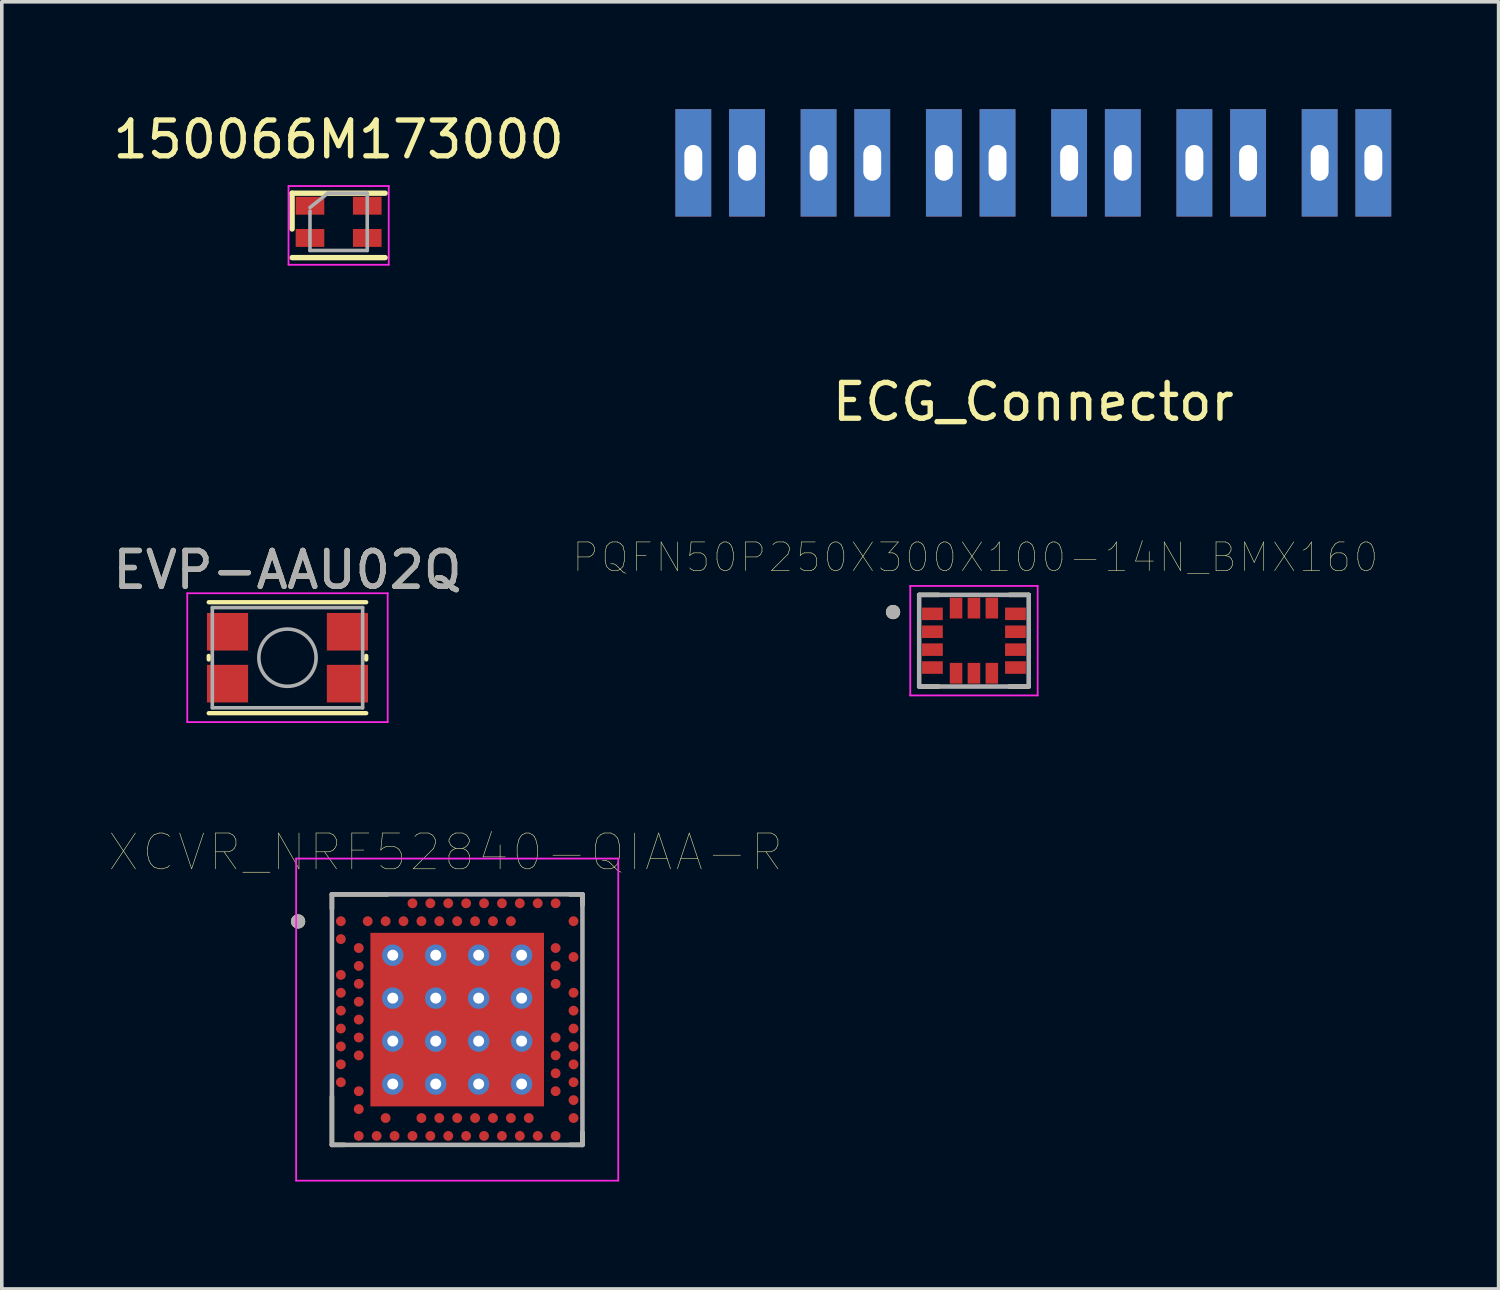
<source format=kicad_pcb>
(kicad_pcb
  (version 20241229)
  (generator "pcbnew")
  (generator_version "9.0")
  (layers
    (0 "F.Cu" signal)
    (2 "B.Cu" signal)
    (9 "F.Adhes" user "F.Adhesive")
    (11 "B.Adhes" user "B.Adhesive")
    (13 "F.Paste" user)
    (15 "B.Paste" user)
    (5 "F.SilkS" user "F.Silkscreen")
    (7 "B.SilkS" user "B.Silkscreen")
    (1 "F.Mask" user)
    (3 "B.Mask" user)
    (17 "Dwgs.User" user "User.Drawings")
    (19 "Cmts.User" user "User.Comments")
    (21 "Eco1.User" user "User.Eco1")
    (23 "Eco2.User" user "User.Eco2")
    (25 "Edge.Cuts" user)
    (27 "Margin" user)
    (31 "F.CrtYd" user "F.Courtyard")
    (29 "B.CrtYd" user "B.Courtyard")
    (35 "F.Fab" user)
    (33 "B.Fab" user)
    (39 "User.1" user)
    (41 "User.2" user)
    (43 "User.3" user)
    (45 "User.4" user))
  (footprint "PQFN50P250X300X100-14N_BMX160"
    (layer "F.Cu")
    (at 24.162 14.851)
    (property "Reference" "PQFN50P250X300X100-14N_BMX160" (at 0.04 -2.328 0) (layer "F.SilkS") (effects (font (size 0.8 0.8) (thickness 0.015))))
    (attr through_hole)
    (fp_line (start -1.53 -1.28) (end -0.99 -1.28) (stroke (width 0.127) (type solid)) (layer "F.SilkS"))
    (fp_line (start -1.53 1.28) (end -0.99 1.28) (stroke (width 0.127) (type solid)) (layer "F.SilkS"))
    (fp_line (start 1.53 -1.28) (end 0.99 -1.28) (stroke (width 0.127) (type solid)) (layer "F.SilkS"))
    (fp_line (start 1.53 1.28) (end 0.99 1.28) (stroke (width 0.127) (type solid)) (layer "F.SilkS"))
    (fp_circle (center -2.26 -0.8) (end -2.16 -0.8) (stroke (width 0.2) (type solid)) (fill no) (layer "F.SilkS"))
    (fp_line (start -1.78 -1.53) (end 1.78 -1.53) (stroke (width 0.05) (type solid)) (layer "F.CrtYd"))
    (fp_line (start -1.78 1.53) (end -1.78 -1.53) (stroke (width 0.05) (type solid)) (layer "F.CrtYd"))
    (fp_line (start 1.78 -1.53) (end 1.78 1.53) (stroke (width 0.05) (type solid)) (layer "F.CrtYd"))
    (fp_line (start 1.78 1.53) (end -1.78 1.53) (stroke (width 0.05) (type solid)) (layer "F.CrtYd"))
    (fp_line (start -1.53 -1.28) (end -1.53 1.28) (stroke (width 0.127) (type solid)) (layer "F.Fab"))
    (fp_line (start -1.53 1.28) (end 1.53 1.28) (stroke (width 0.127) (type solid)) (layer "F.Fab"))
    (fp_line (start 1.53 -1.28) (end -1.53 -1.28) (stroke (width 0.127) (type solid)) (layer "F.Fab"))
    (fp_line (start 1.53 1.28) (end 1.53 -1.28) (stroke (width 0.127) (type solid)) (layer "F.Fab"))
    (fp_circle (center -2.26 -0.8) (end -2.16 -0.8) (stroke (width 0.2) (type solid)) (fill no) (layer "F.Fab"))
    (pad "1" smd rect (at -1.16 -0.75) (size 0.58 0.35) (layers "F.Cu" "F.Mask" "F.Paste"))
    (pad "2" smd rect (at -1.16 -0.25) (size 0.58 0.35) (layers "F.Cu" "F.Mask" "F.Paste"))
    (pad "3" smd rect (at -1.16 0.25) (size 0.58 0.35) (layers "F.Cu" "F.Mask" "F.Paste"))
    (pad "4" smd rect (at -1.16 0.75) (size 0.58 0.35) (layers "F.Cu" "F.Mask" "F.Paste"))
    (pad "5" smd rect (at -0.5 0.91) (size 0.35 0.58) (layers "F.Cu" "F.Mask" "F.Paste"))
    (pad "6" smd rect (at 0 0.91) (size 0.35 0.58) (layers "F.Cu" "F.Mask" "F.Paste"))
    (pad "7" smd rect (at 0.5 0.91) (size 0.35 0.58) (layers "F.Cu" "F.Mask" "F.Paste"))
    (pad "8" smd rect (at 1.16 0.75) (size 0.58 0.35) (layers "F.Cu" "F.Mask" "F.Paste"))
    (pad "9" smd rect (at 1.16 0.25) (size 0.58 0.35) (layers "F.Cu" "F.Mask" "F.Paste"))
    (pad "10" smd rect (at 1.16 -0.25) (size 0.58 0.35) (layers "F.Cu" "F.Mask" "F.Paste"))
    (pad "11" smd rect (at 1.16 -0.75) (size 0.58 0.35) (layers "F.Cu" "F.Mask" "F.Paste"))
    (pad "12" smd rect (at 0.5 -0.91) (size 0.35 0.58) (layers "F.Cu" "F.Mask" "F.Paste"))
    (pad "13" smd rect (at 0 -0.91) (size 0.35 0.58) (layers "F.Cu" "F.Mask" "F.Paste"))
    (pad "14" smd rect (at -0.5 -0.91) (size 0.35 0.58) (layers "F.Cu" "F.Mask" "F.Paste")))
  (footprint "XCVR_NRF52840-QIAA-R"
    (layer "F.Cu")
    (at 9.724 25.438)
    (property "Reference" "XCVR_NRF52840-QIAA-R" (at -0.325 -4.675 0) (layer "F.SilkS") (effects (font (size 1 1) (thickness 0.015))))
    (attr through_hole)
    (fp_line (start -3.5 -3.5) (end -1.95 -3.5) (stroke (width 0.127) (type solid)) (layer "F.SilkS"))
    (fp_line (start -3.5 -3.1) (end -3.5 -3.5) (stroke (width 0.127) (type solid)) (layer "F.SilkS"))
    (fp_line (start -3.5 3.5) (end -3.5 2.15) (stroke (width 0.127) (type solid)) (layer "F.SilkS"))
    (fp_line (start -3.15 3.5) (end -3.5 3.5) (stroke (width 0.127) (type solid)) (layer "F.SilkS"))
    (fp_line (start 3.15 -3.5) (end 3.5 -3.5) (stroke (width 0.127) (type solid)) (layer "F.SilkS"))
    (fp_line (start 3.5 -3.5) (end 3.5 -3.2) (stroke (width 0.127) (type solid)) (layer "F.SilkS"))
    (fp_line (start 3.5 3.15) (end 3.5 3.5) (stroke (width 0.127) (type solid)) (layer "F.SilkS"))
    (fp_line (start 3.5 3.5) (end 3.15 3.5) (stroke (width 0.127) (type solid)) (layer "F.SilkS"))
    (fp_circle (center -4.445 -2.743) (end -4.345 -2.743) (stroke (width 0.2) (type solid)) (fill no) (layer "F.SilkS"))
    (fp_poly (pts (xy -2.075 -2.075) (xy -0.355 -2.075) (xy -0.355 -0.355) (xy -2.075 -0.355)) (stroke (width 0.01) (type solid)) (fill yes) (layer "F.Paste"))
    (fp_poly (pts (xy -2.075 0.355) (xy -0.355 0.355) (xy -0.355 2.075) (xy -2.075 2.075)) (stroke (width 0.01) (type solid)) (fill yes) (layer "F.Paste"))
    (fp_poly (pts (xy 0.355 -2.075) (xy 2.075 -2.075) (xy 2.075 -0.355) (xy 0.355 -0.355)) (stroke (width 0.01) (type solid)) (fill yes) (layer "F.Paste"))
    (fp_poly (pts (xy 0.355 0.355) (xy 2.075 0.355) (xy 2.075 2.075) (xy 0.355 2.075)) (stroke (width 0.01) (type solid)) (fill yes) (layer "F.Paste"))
    (fp_line (start -4.5 -4.5) (end -4.5 4.5) (stroke (width 0.05) (type solid)) (layer "F.CrtYd"))
    (fp_line (start -4.5 4.5) (end 4.5 4.5) (stroke (width 0.05) (type solid)) (layer "F.CrtYd"))
    (fp_line (start 4.5 -4.5) (end -4.5 -4.5) (stroke (width 0.05) (type solid)) (layer "F.CrtYd"))
    (fp_line (start 4.5 4.5) (end 4.5 -4.5) (stroke (width 0.05) (type solid)) (layer "F.CrtYd"))
    (fp_line (start -3.5 -3.5) (end 3.5 -3.5) (stroke (width 0.127) (type solid)) (layer "F.Fab"))
    (fp_line (start -3.5 3.5) (end -3.5 -3.5) (stroke (width 0.127) (type solid)) (layer "F.Fab"))
    (fp_line (start 3.5 -3.5) (end 3.5 3.5) (stroke (width 0.127) (type solid)) (layer "F.Fab"))
    (fp_line (start 3.5 3.5) (end -3.5 3.5) (stroke (width 0.127) (type solid)) (layer "F.Fab"))
    (fp_circle (center -4.445 -2.743) (end -4.345 -2.743) (stroke (width 0.2) (type solid)) (fill no) (layer "F.Fab"))
    (pad "74" thru_hole circle (at -1.8 -1.8) (size 0.6 0.6) (drill 0.305) (layers "*.Cu" "*.Mask"))
    (pad "74" thru_hole circle (at -1.8 -0.6) (size 0.6 0.6) (drill 0.305) (layers "*.Cu" "*.Mask"))
    (pad "74" thru_hole circle (at -1.8 0.6) (size 0.6 0.6) (drill 0.305) (layers "*.Cu" "*.Mask"))
    (pad "74" thru_hole circle (at -1.8 1.8) (size 0.6 0.6) (drill 0.305) (layers "*.Cu" "*.Mask"))
    (pad "74" thru_hole circle (at -0.6 -1.8) (size 0.6 0.6) (drill 0.305) (layers "*.Cu" "*.Mask"))
    (pad "74" thru_hole circle (at -0.6 -0.6) (size 0.6 0.6) (drill 0.305) (layers "*.Cu" "*.Mask"))
    (pad "74" thru_hole circle (at -0.6 0.6) (size 0.6 0.6) (drill 0.305) (layers "*.Cu" "*.Mask"))
    (pad "74" thru_hole circle (at -0.6 1.8) (size 0.6 0.6) (drill 0.305) (layers "*.Cu" "*.Mask"))
    (pad "74" smd rect (at 0 0) (size 4.85 4.85) (layers "F.Cu" "F.Mask"))
    (pad "74" thru_hole circle (at 0.6 -1.8) (size 0.6 0.6) (drill 0.305) (layers "*.Cu" "*.Mask"))
    (pad "74" thru_hole circle (at 0.6 -0.6) (size 0.6 0.6) (drill 0.305) (layers "*.Cu" "*.Mask"))
    (pad "74" thru_hole circle (at 0.6 0.6) (size 0.6 0.6) (drill 0.305) (layers "*.Cu" "*.Mask"))
    (pad "74" thru_hole circle (at 0.6 1.8) (size 0.6 0.6) (drill 0.305) (layers "*.Cu" "*.Mask"))
    (pad "74" thru_hole circle (at 1.8 -1.8) (size 0.6 0.6) (drill 0.305) (layers "*.Cu" "*.Mask"))
    (pad "74" thru_hole circle (at 1.8 -0.6) (size 0.6 0.6) (drill 0.305) (layers "*.Cu" "*.Mask"))
    (pad "74" thru_hole circle (at 1.8 0.6) (size 0.6 0.6) (drill 0.305) (layers "*.Cu" "*.Mask"))
    (pad "74" thru_hole circle (at 1.8 1.8) (size 0.6 0.6) (drill 0.305) (layers "*.Cu" "*.Mask"))
    (pad "A8" smd circle (at -1.25 -3.25) (size 0.275 0.275) (layers "F.Cu" "F.Mask" "F.Paste"))
    (pad "A10" smd circle (at -0.75 -3.25) (size 0.275 0.275) (layers "F.Cu" "F.Mask" "F.Paste"))
    (pad "A12" smd circle (at -0.25 -3.25) (size 0.275 0.275) (layers "F.Cu" "F.Mask" "F.Paste"))
    (pad "A14" smd circle (at 0.25 -3.25) (size 0.275 0.275) (layers "F.Cu" "F.Mask" "F.Paste"))
    (pad "A16" smd circle (at 0.75 -3.25) (size 0.275 0.275) (layers "F.Cu" "F.Mask" "F.Paste"))
    (pad "A18" smd circle (at 1.25 -3.25) (size 0.275 0.275) (layers "F.Cu" "F.Mask" "F.Paste"))
    (pad "A20" smd circle (at 1.75 -3.25) (size 0.275 0.275) (layers "F.Cu" "F.Mask" "F.Paste"))
    (pad "A22" smd circle (at 2.25 -3.25) (size 0.275 0.275) (layers "F.Cu" "F.Mask" "F.Paste"))
    (pad "A23" smd circle (at 2.75 -3.25) (size 0.275 0.275) (layers "F.Cu" "F.Mask" "F.Paste"))
    (pad "AA24" smd circle (at 3.25 2.25) (size 0.275 0.275) (layers "F.Cu" "F.Mask" "F.Paste"))
    (pad "AB2" smd circle (at -2.75 2.5) (size 0.275 0.275) (layers "F.Cu" "F.Mask" "F.Paste"))
    (pad "AC5" smd circle (at -2 2.75) (size 0.275 0.275) (layers "F.Cu" "F.Mask" "F.Paste"))
    (pad "AC9" smd circle (at -1 2.75) (size 0.275 0.275) (layers "F.Cu" "F.Mask" "F.Paste"))
    (pad "AC11" smd circle (at -0.5 2.75) (size 0.275 0.275) (layers "F.Cu" "F.Mask" "F.Paste"))
    (pad "AC13" smd circle (at 0 2.75) (size 0.275 0.275) (layers "F.Cu" "F.Mask" "F.Paste"))
    (pad "AC15" smd circle (at 0.5 2.75) (size 0.275 0.275) (layers "F.Cu" "F.Mask" "F.Paste"))
    (pad "AC17" smd circle (at 1 2.75) (size 0.275 0.275) (layers "F.Cu" "F.Mask" "F.Paste"))
    (pad "AC19" smd circle (at 1.5 2.75) (size 0.275 0.275) (layers "F.Cu" "F.Mask" "F.Paste"))
    (pad "AC21" smd circle (at 2 2.75) (size 0.275 0.275) (layers "F.Cu" "F.Mask" "F.Paste"))
    (pad "AC24" smd circle (at 3.25 2.75) (size 0.275 0.275) (layers "F.Cu" "F.Mask" "F.Paste"))
    (pad "AD2" smd circle (at -2.75 3.25) (size 0.275 0.275) (layers "F.Cu" "F.Mask" "F.Paste"))
    (pad "AD4" smd circle (at -2.25 3.25) (size 0.275 0.275) (layers "F.Cu" "F.Mask" "F.Paste"))
    (pad "AD6" smd circle (at -1.75 3.25) (size 0.275 0.275) (layers "F.Cu" "F.Mask" "F.Paste"))
    (pad "AD8" smd circle (at -1.25 3.25) (size 0.275 0.275) (layers "F.Cu" "F.Mask" "F.Paste"))
    (pad "AD10" smd circle (at -0.75 3.25) (size 0.275 0.275) (layers "F.Cu" "F.Mask" "F.Paste"))
    (pad "AD12" smd circle (at -0.25 3.25) (size 0.275 0.275) (layers "F.Cu" "F.Mask" "F.Paste"))
    (pad "AD14" smd circle (at 0.25 3.25) (size 0.275 0.275) (layers "F.Cu" "F.Mask" "F.Paste"))
    (pad "AD16" smd circle (at 0.75 3.25) (size 0.275 0.275) (layers "F.Cu" "F.Mask" "F.Paste"))
    (pad "AD18" smd circle (at 1.25 3.25) (size 0.275 0.275) (layers "F.Cu" "F.Mask" "F.Paste"))
    (pad "AD20" smd circle (at 1.75 3.25) (size 0.275 0.275) (layers "F.Cu" "F.Mask" "F.Paste"))
    (pad "AD22" smd circle (at 2.25 3.25) (size 0.275 0.275) (layers "F.Cu" "F.Mask" "F.Paste"))
    (pad "AD23" smd circle (at 2.75 3.25) (size 0.275 0.275) (layers "F.Cu" "F.Mask" "F.Paste"))
    (pad "B1" smd circle (at -3.25 -2.75) (size 0.275 0.275) (layers "F.Cu" "F.Mask" "F.Paste"))
    (pad "B3" smd circle (at -2.5 -2.75) (size 0.275 0.275) (layers "F.Cu" "F.Mask" "F.Paste"))
    (pad "B5" smd circle (at -2 -2.75) (size 0.275 0.275) (layers "F.Cu" "F.Mask" "F.Paste"))
    (pad "B7" smd circle (at -1.5 -2.75) (size 0.275 0.275) (layers "F.Cu" "F.Mask" "F.Paste"))
    (pad "B9" smd circle (at -1 -2.75) (size 0.275 0.275) (layers "F.Cu" "F.Mask" "F.Paste"))
    (pad "B11" smd circle (at -0.5 -2.75) (size 0.275 0.275) (layers "F.Cu" "F.Mask" "F.Paste"))
    (pad "B13" smd circle (at 0 -2.75) (size 0.275 0.275) (layers "F.Cu" "F.Mask" "F.Paste"))
    (pad "B15" smd circle (at 0.5 -2.75) (size 0.275 0.275) (layers "F.Cu" "F.Mask" "F.Paste"))
    (pad "B17" smd circle (at 1 -2.75) (size 0.275 0.275) (layers "F.Cu" "F.Mask" "F.Paste"))
    (pad "B19" smd circle (at 1.5 -2.75) (size 0.275 0.275) (layers "F.Cu" "F.Mask" "F.Paste"))
    (pad "B24" smd circle (at 3.25 -2.75) (size 0.275 0.275) (layers "F.Cu" "F.Mask" "F.Paste"))
    (pad "C1" smd circle (at -3.25 -2.25) (size 0.275 0.275) (layers "F.Cu" "F.Mask" "F.Paste"))
    (pad "D2" smd circle (at -2.75 -2) (size 0.275 0.275) (layers "F.Cu" "F.Mask" "F.Paste"))
    (pad "D23" smd circle (at 2.75 -2) (size 0.275 0.275) (layers "F.Cu" "F.Mask" "F.Paste"))
    (pad "E24" smd circle (at 3.25 -1.75) (size 0.275 0.275) (layers "F.Cu" "F.Mask" "F.Paste"))
    (pad "F2" smd circle (at -2.75 -1.5) (size 0.275 0.275) (layers "F.Cu" "F.Mask" "F.Paste"))
    (pad "F23" smd circle (at 2.75 -1.5) (size 0.275 0.275) (layers "F.Cu" "F.Mask" "F.Paste"))
    (pad "G1" smd circle (at -3.25 -1.25) (size 0.275 0.275) (layers "F.Cu" "F.Mask" "F.Paste"))
    (pad "H2" smd circle (at -2.75 -1) (size 0.275 0.275) (layers "F.Cu" "F.Mask" "F.Paste"))
    (pad "H23" smd circle (at 2.75 -1) (size 0.275 0.275) (layers "F.Cu" "F.Mask" "F.Paste"))
    (pad "J1" smd circle (at -3.25 -0.75) (size 0.275 0.275) (layers "F.Cu" "F.Mask" "F.Paste"))
    (pad "J24" smd circle (at 3.25 -0.75) (size 0.275 0.275) (layers "F.Cu" "F.Mask" "F.Paste"))
    (pad "K2" smd circle (at -2.75 -0.5) (size 0.275 0.275) (layers "F.Cu" "F.Mask" "F.Paste"))
    (pad "L1" smd circle (at -3.25 -0.25) (size 0.275 0.275) (layers "F.Cu" "F.Mask" "F.Paste"))
    (pad "L24" smd circle (at 3.25 -0.25) (size 0.275 0.275) (layers "F.Cu" "F.Mask" "F.Paste"))
    (pad "M2" smd circle (at -2.75 0) (size 0.275 0.275) (layers "F.Cu" "F.Mask" "F.Paste"))
    (pad "N1" smd circle (at -3.25 0.25) (size 0.275 0.275) (layers "F.Cu" "F.Mask" "F.Paste"))
    (pad "N24" smd circle (at 3.25 0.25) (size 0.275 0.275) (layers "F.Cu" "F.Mask" "F.Paste"))
    (pad "P2" smd circle (at -2.75 0.5) (size 0.275 0.275) (layers "F.Cu" "F.Mask" "F.Paste"))
    (pad "P23" smd circle (at 2.75 0.5) (size 0.275 0.275) (layers "F.Cu" "F.Mask" "F.Paste"))
    (pad "R1" smd circle (at -3.25 0.75) (size 0.275 0.275) (layers "F.Cu" "F.Mask" "F.Paste"))
    (pad "R24" smd circle (at 3.25 0.75) (size 0.275 0.275) (layers "F.Cu" "F.Mask" "F.Paste"))
    (pad "T2" smd circle (at -2.75 1) (size 0.275 0.275) (layers "F.Cu" "F.Mask" "F.Paste"))
    (pad "T23" smd circle (at 2.75 1) (size 0.275 0.275) (layers "F.Cu" "F.Mask" "F.Paste"))
    (pad "U1" smd circle (at -3.25 1.25) (size 0.275 0.275) (layers "F.Cu" "F.Mask" "F.Paste"))
    (pad "U24" smd circle (at 3.25 1.25) (size 0.275 0.275) (layers "F.Cu" "F.Mask" "F.Paste"))
    (pad "V23" smd circle (at 2.75 1.5) (size 0.275 0.275) (layers "F.Cu" "F.Mask" "F.Paste"))
    (pad "W1" smd circle (at -3.25 1.75) (size 0.275 0.275) (layers "F.Cu" "F.Mask" "F.Paste"))
    (pad "W24" smd circle (at 3.25 1.75) (size 0.275 0.275) (layers "F.Cu" "F.Mask" "F.Paste"))
    (pad "Y2" smd circle (at -2.75 2) (size 0.275 0.275) (layers "F.Cu" "F.Mask" "F.Paste"))
    (pad "Y23" smd circle (at 2.75 2) (size 0.275 0.275) (layers "F.Cu" "F.Mask" "F.Paste")))
  (footprint "EVP-AAU02Q"
    (layer "F.Cu")
    (at 4.982 15.326)
    (property "Reference" "EVP-AAU02Q" (at 0 -2.45 0) (layer "F.SilkS") (effects (font (size 1 1) (thickness 0.15))))
    (attr smd)
    (fp_line (start -2.2 0.05) (end -2.2 -0.05) (stroke (width 0.12) (type solid)) (layer "F.SilkS"))
    (fp_line (start -2.2 1.55) (end 2.2 1.55) (stroke (width 0.12) (type solid)) (layer "F.SilkS"))
    (fp_line (start 2.2 -1.55) (end -2.2 -1.55) (stroke (width 0.12) (type solid)) (layer "F.SilkS"))
    (fp_line (start 2.2 0.05) (end 2.2 -0.05) (stroke (width 0.12) (type solid)) (layer "F.SilkS"))
    (fp_line (start -2.8 -1.8) (end 2.8 -1.8) (stroke (width 0.05) (type solid)) (layer "F.CrtYd"))
    (fp_line (start -2.8 1.8) (end -2.8 -1.8) (stroke (width 0.05) (type solid)) (layer "F.CrtYd"))
    (fp_line (start 2.8 -1.8) (end 2.8 1.8) (stroke (width 0.05) (type solid)) (layer "F.CrtYd"))
    (fp_line (start 2.8 1.8) (end -2.8 1.8) (stroke (width 0.05) (type solid)) (layer "F.CrtYd"))
    (fp_line (start -2.1 -1.4) (end 2.1 -1.4) (stroke (width 0.1) (type solid)) (layer "F.Fab"))
    (fp_line (start -2.1 1.4) (end -2.1 -1.4) (stroke (width 0.1) (type solid)) (layer "F.Fab"))
    (fp_line (start 2.1 -1.4) (end 2.1 1.4) (stroke (width 0.1) (type solid)) (layer "F.Fab"))
    (fp_line (start 2.1 1.4) (end -2.1 1.4) (stroke (width 0.1) (type solid)) (layer "F.Fab"))
    (fp_circle (center 0 0) (end 0 0.8) (stroke (width 0.1) (type solid)) (fill no) (layer "F.Fab"))
    (fp_text user "${REFERENCE}" (at 0 -2.45 0) (layer "F.Fab") (effects (font (size 1 1) (thickness 0.15))))
    (pad "1" smd rect (at -1.675 -0.725) (size 1.15 1.05) (layers "F.Cu" "F.Mask" "F.Paste"))
    (pad "1" smd rect (at 1.675 -0.725) (size 1.15 1.05) (layers "F.Cu" "F.Mask" "F.Paste"))
    (pad "2" smd rect (at -1.675 0.725) (size 1.15 1.05) (layers "F.Cu" "F.Mask" "F.Paste"))
    (pad "2" smd rect (at 1.675 0.725) (size 1.15 1.05) (layers "F.Cu" "F.Mask" "F.Paste")))
  (footprint "ECG_Connector"
    (layer "F.Cu")
    (at 25.821 1.5)
    (property "Reference" "ECG_Connector" (at 0 6.68 0) (layer "F.SilkS") (effects (font (size 1 1) (thickness 0.15))))
    (attr through_hole)
    (pad "1" thru_hole rect (at -9.5 0) (size 1 3) (drill oval 0.5 1) (layers "*.Cu" "*.Mask"))
    (pad "2" thru_hole rect (at -8 0) (size 1 3) (drill oval 0.5 1) (layers "*.Cu" "*.Mask"))
    (pad "3" thru_hole rect (at -6 0) (size 1 3) (drill oval 0.5 1) (layers "*.Cu" "*.Mask"))
    (pad "4" thru_hole rect (at -4.5 0) (size 1 3) (drill oval 0.5 1) (layers "*.Cu" "*.Mask"))
    (pad "5" thru_hole rect (at -2.5 0) (size 1 3) (drill oval 0.5 1) (layers "*.Cu" "*.Mask"))
    (pad "6" thru_hole rect (at -1 0) (size 1 3) (drill oval 0.5 1) (layers "*.Cu" "*.Mask"))
    (pad "7" thru_hole rect (at 1 0) (size 1 3) (drill oval 0.5 1) (layers "*.Cu" "*.Mask"))
    (pad "8" thru_hole rect (at 2.5 0) (size 1 3) (drill oval 0.5 1) (layers "*.Cu" "*.Mask"))
    (pad "9" thru_hole rect (at 4.5 0) (size 1 3) (drill oval 0.5 1) (layers "*.Cu" "*.Mask"))
    (pad "10" thru_hole rect (at 6 0) (size 1 3) (drill oval 0.5 1) (layers "*.Cu" "*.Mask"))
    (pad "11" thru_hole rect (at 8 0) (size 1 3) (drill oval 0.5 1) (layers "*.Cu" "*.Mask"))
    (pad "12" thru_hole rect (at 9.5 0) (size 1 3) (drill oval 0.5 1) (layers "*.Cu" "*.Mask")))
  (footprint "150066M173000"
    (layer "F.Cu")
    (at 6.411 3.148)
    (property "Reference" "150066M173000" (at 0 -2.3 0) (layer "F.SilkS") (effects (font (size 1 1) (thickness 0.15))))
    (attr smd)
    (fp_line (start -1.3 0.2) (end -1.3 -0.8) (stroke (width 0.15) (type solid)) (layer "F.SilkS"))
    (fp_line (start 1.3 -0.8) (end -1.3 -0.8) (stroke (width 0.15) (type solid)) (layer "F.SilkS"))
    (fp_line (start 1.3 1) (end -1.3 1) (stroke (width 0.15) (type solid)) (layer "F.SilkS"))
    (fp_line (start -1.4 -1) (end -1.4 1.2) (stroke (width 0.05) (type solid)) (layer "F.CrtYd"))
    (fp_line (start -1.4 1.2) (end 1.4 1.2) (stroke (width 0.05) (type solid)) (layer "F.CrtYd"))
    (fp_line (start 1.4 -1) (end -1.4 -1) (stroke (width 0.05) (type solid)) (layer "F.CrtYd"))
    (fp_line (start 1.4 1.2) (end 1.4 -1) (stroke (width 0.05) (type solid)) (layer "F.CrtYd"))
    (fp_line (start -0.8 -0.4) (end -0.3 -0.8) (stroke (width 0.1) (type solid)) (layer "F.Fab"))
    (fp_line (start -0.8 0.8) (end -0.8 -0.3) (stroke (width 0.1) (type solid)) (layer "F.Fab"))
    (fp_line (start -0.3 -0.8) (end 0.8 -0.8) (stroke (width 0.1) (type solid)) (layer "F.Fab"))
    (fp_line (start 0.8 -0.8) (end 0.8 0.8) (stroke (width 0.1) (type solid)) (layer "F.Fab"))
    (fp_line (start 0.8 0.8) (end -0.8 0.8) (stroke (width 0.1) (type solid)) (layer "F.Fab"))
    (pad "1" smd rect (at -0.8 -0.45 180) (size 0.8 0.5) (layers "F.Cu" "F.Mask" "F.Paste"))
    (pad "2" smd rect (at -0.8 0.45 180) (size 0.8 0.5) (layers "F.Cu" "F.Mask" "F.Paste"))
    (pad "3" smd rect (at 0.8 0.45 180) (size 0.8 0.5) (layers "F.Cu" "F.Mask" "F.Paste"))
    (pad "4" smd rect (at 0.8 -0.45 180) (size 0.8 0.5) (layers "F.Cu" "F.Mask" "F.Paste")))
  (gr_rect
    (start -3 -3)
    (end 38.821 32.963)
    (stroke (width 0.1) (type default))
    (fill no)
    (layer "Edge.Cuts")))
</source>
